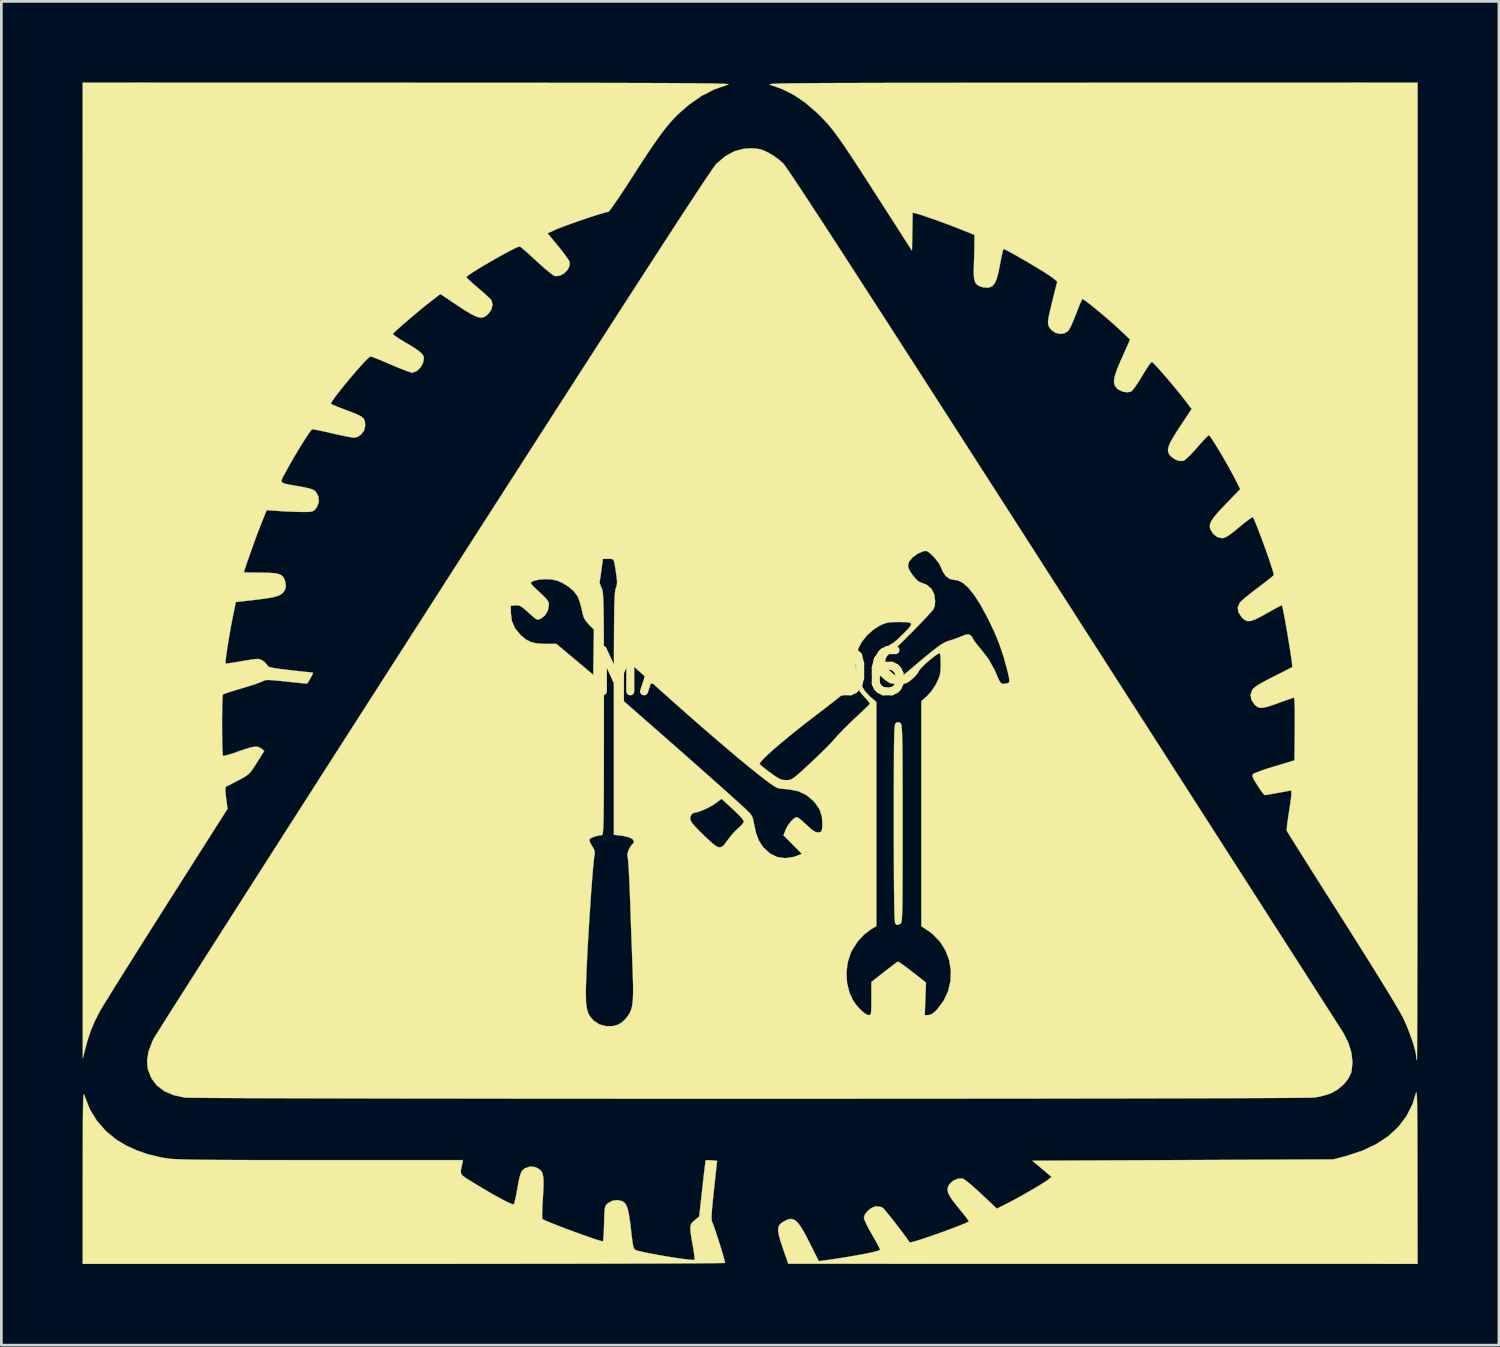
<source format=kicad_pcb>
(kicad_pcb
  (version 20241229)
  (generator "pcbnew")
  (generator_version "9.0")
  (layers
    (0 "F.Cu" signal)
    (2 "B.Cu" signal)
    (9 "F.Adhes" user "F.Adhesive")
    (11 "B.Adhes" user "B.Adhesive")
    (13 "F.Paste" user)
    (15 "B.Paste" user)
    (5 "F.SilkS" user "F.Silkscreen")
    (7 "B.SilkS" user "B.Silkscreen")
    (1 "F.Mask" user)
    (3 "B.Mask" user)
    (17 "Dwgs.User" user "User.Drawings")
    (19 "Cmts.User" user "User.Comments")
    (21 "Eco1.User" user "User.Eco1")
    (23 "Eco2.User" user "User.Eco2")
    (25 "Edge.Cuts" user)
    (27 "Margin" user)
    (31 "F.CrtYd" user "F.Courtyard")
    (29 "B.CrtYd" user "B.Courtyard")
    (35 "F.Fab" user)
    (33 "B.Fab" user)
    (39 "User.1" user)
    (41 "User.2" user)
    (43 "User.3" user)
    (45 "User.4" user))
  (footprint "MA_LOGO6"
    (layer "F.Cu")
    (at 24.666 21.803)
    (property "Reference" "MA_LOGO6" (at 0 0 0) (layer "F.SilkS") (effects (font (size 1.524 1.524) (thickness 0.3))))
    (attr through_hole)
    (fp_poly (pts (xy 5.562 1.874) (xy 5.575 1.894) (xy 5.587 1.932) (xy 5.597 1.993) (xy 5.605 2.082) (xy 5.612 2.207) (xy 5.618 2.372) (xy 5.623 2.584) (xy 5.627 2.85) (xy 5.63 3.174) (xy 5.632 3.562) (xy 5.633 4.022) (xy 5.634 4.559) (xy 5.634 5.178) (xy 5.634 5.59) (xy 5.634 6.255) (xy 5.634 6.835) (xy 5.633 7.334) (xy 5.632 7.759) (xy 5.63 8.116) (xy 5.628 8.411) (xy 5.624 8.65) (xy 5.62 8.839) (xy 5.614 8.985) (xy 5.607 9.093) (xy 5.598 9.169) (xy 5.588 9.22) (xy 5.575 9.252) (xy 5.561 9.27) (xy 5.545 9.281) (xy 5.545 9.281) (xy 5.461 9.321) (xy 5.414 9.316) (xy 5.366 9.273) (xy 5.356 9.241) (xy 5.346 9.162) (xy 5.338 9.033) (xy 5.331 8.849) (xy 5.326 8.605) (xy 5.321 8.298) (xy 5.317 7.921) (xy 5.314 7.471) (xy 5.312 6.943) (xy 5.311 6.332) (xy 5.311 5.633) (xy 5.311 5.557) (xy 5.311 4.89) (xy 5.311 4.309) (xy 5.312 3.808) (xy 5.313 3.381) (xy 5.315 3.023) (xy 5.317 2.726) (xy 5.321 2.486) (xy 5.325 2.295) (xy 5.331 2.149) (xy 5.338 2.04) (xy 5.347 1.962) (xy 5.357 1.911) (xy 5.369 1.879) (xy 5.383 1.86) (xy 5.4 1.849) (xy 5.4 1.849) (xy 5.493 1.829) (xy 5.562 1.874)) (stroke (width 0.01) (type solid)) (fill yes) (layer "F.SilkS"))
    (fp_poly (pts (xy 24.621 15.527) (xy 24.629 15.574) (xy 24.635 15.664) (xy 24.641 15.802) (xy 24.645 15.993) (xy 24.649 16.242) (xy 24.652 16.556) (xy 24.654 16.94) (xy 24.655 17.4) (xy 24.656 17.94) (xy 24.657 18.568) (xy 24.657 18.577) (xy 24.661 21.844) (xy 13.035 21.842) (xy 1.409 21.841) (xy 1.229 21.323) (xy 1.129 21.021) (xy 1.063 20.791) (xy 1.034 20.62) (xy 1.042 20.493) (xy 1.088 20.398) (xy 1.173 20.321) (xy 1.299 20.248) (xy 1.302 20.246) (xy 1.429 20.194) (xy 1.543 20.185) (xy 1.65 20.226) (xy 1.76 20.323) (xy 1.879 20.484) (xy 2.016 20.716) (xy 2.177 21.027) (xy 2.195 21.061) (xy 2.538 21.746) (xy 2.689 21.725) (xy 3.105 21.665) (xy 3.497 21.605) (xy 3.855 21.545) (xy 4.17 21.487) (xy 4.432 21.435) (xy 4.631 21.388) (xy 4.758 21.35) (xy 4.803 21.322) (xy 4.803 21.322) (xy 4.781 21.267) (xy 4.721 21.15) (xy 4.631 20.985) (xy 4.521 20.791) (xy 4.503 20.76) (xy 4.389 20.557) (xy 4.295 20.374) (xy 4.23 20.23) (xy 4.203 20.144) (xy 4.203 20.139) (xy 4.242 20.018) (xy 4.341 19.893) (xy 4.473 19.787) (xy 4.611 19.726) (xy 4.663 19.72) (xy 4.795 19.734) (xy 4.892 19.764) (xy 4.938 19.81) (xy 5.027 19.914) (xy 5.149 20.064) (xy 5.291 20.243) (xy 5.441 20.437) (xy 5.59 20.631) (xy 5.724 20.811) (xy 5.832 20.961) (xy 5.894 21.051) (xy 5.943 21.049) (xy 6.064 21.018) (xy 6.243 20.964) (xy 6.464 20.891) (xy 6.715 20.806) (xy 6.981 20.713) (xy 7.246 20.617) (xy 7.498 20.523) (xy 7.722 20.436) (xy 7.903 20.363) (xy 8.027 20.306) (xy 8.081 20.273) (xy 8.082 20.27) (xy 8.054 20.225) (xy 7.978 20.123) (xy 7.864 19.979) (xy 7.724 19.806) (xy 7.689 19.763) (xy 7.505 19.531) (xy 7.381 19.351) (xy 7.312 19.209) (xy 7.293 19.091) (xy 7.319 18.985) (xy 7.372 18.894) (xy 7.499 18.774) (xy 7.662 18.702) (xy 7.825 18.691) (xy 7.877 18.705) (xy 7.951 18.751) (xy 8.077 18.851) (xy 8.242 18.99) (xy 8.429 19.158) (xy 8.558 19.278) (xy 9.116 19.804) (xy 9.524 19.599) (xy 9.733 19.49) (xy 9.973 19.359) (xy 10.226 19.216) (xy 10.474 19.072) (xy 10.699 18.937) (xy 10.883 18.821) (xy 11.008 18.736) (xy 11.03 18.719) (xy 11.138 18.631) (xy 10.425 18.034) (xy 21.544 17.985) (xy 22.02 17.859) (xy 22.612 17.667) (xy 23.133 17.421) (xy 23.582 17.124) (xy 23.957 16.776) (xy 24.255 16.381) (xy 24.476 15.939) (xy 24.588 15.58) (xy 24.6 15.535) (xy 24.611 15.515) (xy 24.621 15.527)) (stroke (width 0.01) (type solid)) (fill yes) (layer "F.SilkS"))
    (fp_poly (pts (xy -24.604 15.591) (xy -24.591 15.625) (xy -24.576 15.675) (xy -24.575 15.679) (xy -24.397 16.134) (xy -24.138 16.556) (xy -23.808 16.934) (xy -23.415 17.257) (xy -23.068 17.465) (xy -22.671 17.649) (xy -22.27 17.789) (xy -21.831 17.897) (xy -21.595 17.941) (xy -21.521 17.952) (xy -21.428 17.962) (xy -21.313 17.97) (xy -21.171 17.978) (xy -20.995 17.985) (xy -20.781 17.99) (xy -20.524 17.995) (xy -20.218 17.999) (xy -19.859 18.003) (xy -19.44 18.005) (xy -18.958 18.007) (xy -18.406 18.009) (xy -17.78 18.01) (xy -17.074 18.011) (xy -16.284 18.011) (xy -15.898 18.011) (xy -10.61 18.011) (xy -10.639 18.149) (xy -10.673 18.309) (xy -10.691 18.422) (xy -10.681 18.505) (xy -10.635 18.575) (xy -10.54 18.65) (xy -10.388 18.747) (xy -10.22 18.849) (xy -9.883 19.054) (xy -9.572 19.236) (xy -9.298 19.39) (xy -9.068 19.513) (xy -8.89 19.599) (xy -8.775 19.643) (xy -8.731 19.645) (xy -8.708 19.584) (xy -8.676 19.454) (xy -8.639 19.276) (xy -8.615 19.142) (xy -8.565 18.859) (xy -8.521 18.653) (xy -8.478 18.509) (xy -8.431 18.413) (xy -8.374 18.35) (xy -8.311 18.31) (xy -8.126 18.248) (xy -7.949 18.268) (xy -7.855 18.309) (xy -7.766 18.366) (xy -7.702 18.439) (xy -7.659 18.542) (xy -7.637 18.688) (xy -7.632 18.89) (xy -7.642 19.161) (xy -7.657 19.411) (xy -7.672 19.664) (xy -7.682 19.884) (xy -7.685 20.055) (xy -7.682 20.161) (xy -7.676 20.187) (xy -7.609 20.223) (xy -7.47 20.285) (xy -7.274 20.364) (xy -7.036 20.458) (xy -6.772 20.558) (xy -6.495 20.661) (xy -6.222 20.76) (xy -5.967 20.85) (xy -5.747 20.926) (xy -5.575 20.981) (xy -5.466 21.01) (xy -5.443 21.013) (xy -5.43 20.969) (xy -5.418 20.85) (xy -5.406 20.671) (xy -5.398 20.45) (xy -5.395 20.362) (xy -5.389 20.105) (xy -5.381 19.924) (xy -5.369 19.802) (xy -5.35 19.722) (xy -5.32 19.668) (xy -5.277 19.623) (xy -5.251 19.6) (xy -5.087 19.513) (xy -4.895 19.488) (xy -4.716 19.532) (xy -4.708 19.536) (xy -4.634 19.593) (xy -4.573 19.684) (xy -4.523 19.821) (xy -4.479 20.017) (xy -4.438 20.282) (xy -4.403 20.572) (xy -4.371 20.847) (xy -4.345 21.044) (xy -4.321 21.177) (xy -4.297 21.261) (xy -4.268 21.308) (xy -4.232 21.333) (xy -4.218 21.339) (xy -4.105 21.372) (xy -3.929 21.413) (xy -3.705 21.459) (xy -3.448 21.507) (xy -3.174 21.555) (xy -2.899 21.6) (xy -2.638 21.64) (xy -2.408 21.671) (xy -2.222 21.693) (xy -2.099 21.701) (xy -2.052 21.695) (xy -2.051 21.643) (xy -2.064 21.519) (xy -2.09 21.342) (xy -2.123 21.149) (xy -2.171 20.872) (xy -2.201 20.67) (xy -2.211 20.526) (xy -2.199 20.424) (xy -2.165 20.349) (xy -2.107 20.284) (xy -2.049 20.235) (xy -1.881 20.096) (xy -1.768 19.065) (xy -1.735 18.767) (xy -1.704 18.502) (xy -1.678 18.283) (xy -1.657 18.122) (xy -1.644 18.033) (xy -1.641 18.02) (xy -1.59 18.014) (xy -1.48 18.016) (xy -1.423 18.02) (xy -1.22 18.034) (xy -1.338 19.126) (xy -1.376 19.484) (xy -1.403 19.762) (xy -1.419 19.969) (xy -1.426 20.117) (xy -1.423 20.217) (xy -1.411 20.28) (xy -1.399 20.306) (xy -1.37 20.372) (xy -1.321 20.508) (xy -1.259 20.694) (xy -1.188 20.911) (xy -1.115 21.14) (xy -1.047 21.363) (xy -0.988 21.559) (xy -0.946 21.711) (xy -0.925 21.8) (xy -0.924 21.809) (xy -0.97 21.812) (xy -1.104 21.815) (xy -1.322 21.818) (xy -1.622 21.821) (xy -1.998 21.824) (xy -2.448 21.826) (xy -2.966 21.829) (xy -3.55 21.831) (xy -4.196 21.833) (xy -4.899 21.835) (xy -5.656 21.837) (xy -6.463 21.839) (xy -7.316 21.84) (xy -8.211 21.841) (xy -9.145 21.842) (xy -10.113 21.843) (xy -11.112 21.844) (xy -12.138 21.844) (xy -12.792 21.844) (xy -24.661 21.844) (xy -24.658 18.623) (xy -24.657 18.001) (xy -24.656 17.465) (xy -24.655 17.01) (xy -24.654 16.63) (xy -24.651 16.319) (xy -24.648 16.072) (xy -24.644 15.882) (xy -24.639 15.743) (xy -24.633 15.651) (xy -24.625 15.599) (xy -24.616 15.581) (xy -24.604 15.591)) (stroke (width 0.01) (type solid)) (fill yes) (layer "F.SilkS"))
    (fp_poly (pts (xy -12.619 -21.795) (xy -11.359 -21.794) (xy -10.188 -21.794) (xy -9.103 -21.793) (xy -8.101 -21.793) (xy -7.179 -21.792) (xy -6.335 -21.791) (xy -5.564 -21.79) (xy -4.865 -21.788) (xy -4.233 -21.787) (xy -3.666 -21.785) (xy -3.161 -21.783) (xy -2.715 -21.781) (xy -2.324 -21.778) (xy -1.985 -21.775) (xy -1.697 -21.772) (xy -1.454 -21.769) (xy -1.255 -21.765) (xy -1.097 -21.76) (xy -0.975 -21.756) (xy -0.888 -21.751) (xy -0.832 -21.745) (xy -0.804 -21.739) (xy -0.801 -21.733) (xy -0.816 -21.727) (xy -1.316 -21.555) (xy -1.789 -21.313) (xy -2.248 -20.993) (xy -2.586 -20.703) (xy -2.746 -20.549) (xy -2.902 -20.384) (xy -3.061 -20.197) (xy -3.231 -19.982) (xy -3.417 -19.728) (xy -3.625 -19.428) (xy -3.864 -19.072) (xy -4.138 -18.651) (xy -4.362 -18.302) (xy -4.561 -17.994) (xy -4.746 -17.712) (xy -4.911 -17.468) (xy -5.049 -17.268) (xy -5.154 -17.122) (xy -5.221 -17.04) (xy -5.242 -17.025) (xy -5.301 -17.016) (xy -5.431 -16.981) (xy -5.618 -16.925) (xy -5.845 -16.852) (xy -6.097 -16.768) (xy -6.36 -16.678) (xy -6.617 -16.587) (xy -6.854 -16.5) (xy -7.055 -16.423) (xy -7.204 -16.361) (xy -7.216 -16.355) (xy -7.484 -16.233) (xy -7.091 -15.757) (xy -6.942 -15.571) (xy -6.814 -15.402) (xy -6.72 -15.267) (xy -6.672 -15.181) (xy -6.67 -15.173) (xy -6.675 -15.022) (xy -6.75 -14.875) (xy -6.874 -14.75) (xy -7.027 -14.669) (xy -7.186 -14.65) (xy -7.221 -14.657) (xy -7.293 -14.698) (xy -7.418 -14.791) (xy -7.581 -14.927) (xy -7.768 -15.092) (xy -7.903 -15.217) (xy -8.094 -15.393) (xy -8.262 -15.545) (xy -8.398 -15.661) (xy -8.487 -15.731) (xy -8.517 -15.747) (xy -8.59 -15.724) (xy -8.723 -15.663) (xy -8.905 -15.57) (xy -9.122 -15.453) (xy -9.36 -15.321) (xy -9.605 -15.181) (xy -9.844 -15.041) (xy -10.063 -14.908) (xy -10.25 -14.792) (xy -10.389 -14.698) (xy -10.469 -14.635) (xy -10.482 -14.617) (xy -10.449 -14.571) (xy -10.357 -14.48) (xy -10.221 -14.357) (xy -10.054 -14.214) (xy -10.04 -14.202) (xy -9.867 -14.054) (xy -9.718 -13.921) (xy -9.609 -13.817) (xy -9.556 -13.756) (xy -9.556 -13.755) (xy -9.515 -13.588) (xy -9.565 -13.411) (xy -9.661 -13.274) (xy -9.755 -13.182) (xy -9.852 -13.129) (xy -9.963 -13.117) (xy -10.099 -13.149) (xy -10.272 -13.229) (xy -10.494 -13.359) (xy -10.777 -13.542) (xy -10.817 -13.569) (xy -11.446 -13.99) (xy -11.853 -13.674) (xy -12.028 -13.536) (xy -12.226 -13.374) (xy -12.434 -13.2) (xy -12.64 -13.025) (xy -12.831 -12.859) (xy -12.994 -12.714) (xy -13.118 -12.6) (xy -13.188 -12.529) (xy -13.199 -12.513) (xy -13.167 -12.477) (xy -13.069 -12.406) (xy -12.921 -12.309) (xy -12.736 -12.198) (xy -12.721 -12.189) (xy -12.466 -12.036) (xy -12.283 -11.915) (xy -12.161 -11.817) (xy -12.089 -11.733) (xy -12.058 -11.652) (xy -12.053 -11.604) (xy -12.089 -11.433) (xy -12.18 -11.274) (xy -12.307 -11.151) (xy -12.45 -11.087) (xy -12.491 -11.084) (xy -12.564 -11.102) (xy -12.704 -11.151) (xy -12.896 -11.225) (xy -13.122 -11.318) (xy -13.276 -11.384) (xy -13.512 -11.485) (xy -13.721 -11.572) (xy -13.886 -11.637) (xy -13.992 -11.676) (xy -14.023 -11.684) (xy -14.077 -11.65) (xy -14.176 -11.558) (xy -14.31 -11.417) (xy -14.469 -11.241) (xy -14.644 -11.04) (xy -14.825 -10.826) (xy -15.002 -10.612) (xy -15.165 -10.408) (xy -15.305 -10.226) (xy -15.412 -10.078) (xy -15.476 -9.976) (xy -15.488 -9.931) (xy -15.43 -9.901) (xy -15.305 -9.847) (xy -15.134 -9.779) (xy -14.992 -9.725) (xy -14.717 -9.622) (xy -14.517 -9.54) (xy -14.379 -9.47) (xy -14.294 -9.402) (xy -14.247 -9.327) (xy -14.228 -9.236) (xy -14.224 -9.118) (xy -14.224 -9.114) (xy -14.264 -8.948) (xy -14.368 -8.804) (xy -14.511 -8.708) (xy -14.635 -8.682) (xy -14.729 -8.693) (xy -14.892 -8.722) (xy -15.106 -8.766) (xy -15.349 -8.82) (xy -15.456 -8.845) (xy -15.697 -8.901) (xy -15.906 -8.945) (xy -16.069 -8.976) (xy -16.167 -8.99) (xy -16.187 -8.989) (xy -16.231 -8.942) (xy -16.313 -8.828) (xy -16.424 -8.661) (xy -16.555 -8.454) (xy -16.698 -8.222) (xy -16.844 -7.976) (xy -16.985 -7.732) (xy -17.113 -7.502) (xy -17.129 -7.472) (xy -17.226 -7.297) (xy -17.291 -7.173) (xy -17.318 -7.087) (xy -17.296 -7.029) (xy -17.216 -6.989) (xy -17.071 -6.955) (xy -16.852 -6.916) (xy -16.649 -6.881) (xy -16.415 -6.836) (xy -16.253 -6.796) (xy -16.145 -6.756) (xy -16.072 -6.707) (xy -16.037 -6.671) (xy -15.949 -6.506) (xy -15.935 -6.317) (xy -15.995 -6.134) (xy -16.044 -6.064) (xy -16.101 -6.003) (xy -16.16 -5.965) (xy -16.242 -5.945) (xy -16.369 -5.938) (xy -16.565 -5.938) (xy -16.587 -5.938) (xy -16.849 -5.944) (xy -17.142 -5.956) (xy -17.408 -5.971) (xy -17.44 -5.974) (xy -17.862 -6.006) (xy -18.081 -5.462) (xy -18.147 -5.292) (xy -18.228 -5.079) (xy -18.316 -4.838) (xy -18.407 -4.585) (xy -18.495 -4.337) (xy -18.575 -4.11) (xy -18.64 -3.919) (xy -18.684 -3.781) (xy -18.703 -3.711) (xy -18.704 -3.708) (xy -18.66 -3.703) (xy -18.542 -3.699) (xy -18.365 -3.696) (xy -18.147 -3.695) (xy -18.101 -3.695) (xy -17.798 -3.69) (xy -17.573 -3.675) (xy -17.413 -3.643) (xy -17.305 -3.59) (xy -17.235 -3.511) (xy -17.188 -3.402) (xy -17.179 -3.37) (xy -17.153 -3.216) (xy -17.174 -3.095) (xy -17.189 -3.061) (xy -17.247 -2.969) (xy -17.328 -2.896) (xy -17.447 -2.837) (xy -17.615 -2.789) (xy -17.847 -2.747) (xy -18.153 -2.706) (xy -18.265 -2.693) (xy -19.003 -2.609) (xy -19.125 -2.009) (xy -19.176 -1.742) (xy -19.227 -1.462) (xy -19.274 -1.183) (xy -19.316 -0.92) (xy -19.35 -0.689) (xy -19.373 -0.505) (xy -19.384 -0.383) (xy -19.381 -0.338) (xy -19.331 -0.339) (xy -19.209 -0.354) (xy -19.034 -0.381) (xy -18.84 -0.414) (xy -18.618 -0.452) (xy -18.417 -0.483) (xy -18.262 -0.502) (xy -18.185 -0.508) (xy -18.054 -0.471) (xy -17.923 -0.38) (xy -17.832 -0.264) (xy -17.821 -0.238) (xy -17.766 -0.208) (xy -17.619 -0.175) (xy -17.383 -0.138) (xy -17.058 -0.098) (xy -16.994 -0.091) (xy -16.73 -0.061) (xy -16.499 -0.036) (xy -16.314 -0.017) (xy -16.193 -0.004) (xy -16.152 -0.000426) (xy -16.157 0.034) (xy -16.198 0.121) (xy -16.259 0.232) (xy -16.326 0.342) (xy -16.368 0.402) (xy -16.414 0.401) (xy -16.537 0.391) (xy -16.72 0.373) (xy -16.95 0.349) (xy -17.136 0.329) (xy -17.423 0.299) (xy -17.634 0.28) (xy -17.782 0.272) (xy -17.882 0.275) (xy -17.949 0.288) (xy -17.997 0.312) (xy -18.076 0.347) (xy -18.226 0.402) (xy -18.427 0.47) (xy -18.662 0.543) (xy -18.774 0.577) (xy -19.011 0.648) (xy -19.215 0.712) (xy -19.372 0.764) (xy -19.464 0.799) (xy -19.481 0.808) (xy -19.49 0.862) (xy -19.498 0.993) (xy -19.504 1.185) (xy -19.508 1.422) (xy -19.511 1.689) (xy -19.511 1.97) (xy -19.51 2.25) (xy -19.507 2.512) (xy -19.502 2.741) (xy -19.495 2.922) (xy -19.486 3.038) (xy -19.478 3.074) (xy -19.424 3.072) (xy -19.302 3.042) (xy -19.13 2.989) (xy -18.925 2.918) (xy -18.919 2.916) (xy -18.65 2.822) (xy -18.451 2.762) (xy -18.305 2.735) (xy -18.197 2.738) (xy -18.112 2.77) (xy -18.056 2.809) (xy -17.952 2.893) (xy -18.227 3.328) (xy -18.35 3.52) (xy -18.445 3.653) (xy -18.534 3.749) (xy -18.64 3.828) (xy -18.782 3.911) (xy -18.915 3.981) (xy -19.093 4.075) (xy -19.242 4.152) (xy -19.342 4.202) (xy -19.371 4.215) (xy -19.388 4.269) (xy -19.386 4.403) (xy -19.365 4.607) (xy -19.362 4.631) (xy -19.309 5.03) (xy -21.577 8.599) (xy -21.913 9.129) (xy -22.239 9.643) (xy -22.55 10.136) (xy -22.842 10.6) (xy -23.112 11.029) (xy -23.355 11.419) (xy -23.569 11.761) (xy -23.748 12.051) (xy -23.889 12.281) (xy -23.989 12.445) (xy -24.042 12.538) (xy -24.218 12.888) (xy -24.355 13.209) (xy -24.468 13.543) (xy -24.548 13.831) (xy -24.657 14.247) (xy -24.659 -3.775) (xy -24.661 -21.798) (xy -12.619 -21.795)) (stroke (width 0.01) (type solid)) (fill yes) (layer "F.SilkS"))
    (fp_poly (pts (xy 24.661 -3.741) (xy 24.661 -2.455) (xy 24.661 -1.192) (xy 24.661 0.043) (xy 24.66 1.249) (xy 24.66 2.422) (xy 24.659 3.558) (xy 24.658 4.655) (xy 24.658 5.71) (xy 24.657 6.719) (xy 24.656 7.68) (xy 24.655 8.589) (xy 24.654 9.443) (xy 24.653 10.238) (xy 24.651 10.973) (xy 24.65 11.644) (xy 24.649 12.246) (xy 24.647 12.779) (xy 24.646 13.238) (xy 24.644 13.619) (xy 24.643 13.921) (xy 24.641 14.14) (xy 24.64 14.273) (xy 24.638 14.316) (xy 24.62 14.277) (xy 24.615 14.206) (xy 24.596 14.058) (xy 24.544 13.847) (xy 24.465 13.593) (xy 24.366 13.316) (xy 24.254 13.035) (xy 24.136 12.772) (xy 24.135 12.769) (xy 24.064 12.637) (xy 23.947 12.432) (xy 23.787 12.16) (xy 23.585 11.827) (xy 23.347 11.438) (xy 23.075 10.998) (xy 22.772 10.512) (xy 22.442 9.987) (xy 22.088 9.426) (xy 21.873 9.086) (xy 21.56 8.595) (xy 21.262 8.125) (xy 20.982 7.682) (xy 20.724 7.274) (xy 20.491 6.904) (xy 20.287 6.581) (xy 20.116 6.308) (xy 19.981 6.093) (xy 19.887 5.941) (xy 19.837 5.859) (xy 19.83 5.846) (xy 19.828 5.777) (xy 19.84 5.637) (xy 19.864 5.446) (xy 19.898 5.224) (xy 19.901 5.206) (xy 19.938 4.972) (xy 19.968 4.761) (xy 19.989 4.593) (xy 19.997 4.493) (xy 19.997 4.492) (xy 19.997 4.353) (xy 19.523 4.438) (xy 19.324 4.474) (xy 19.158 4.503) (xy 19.048 4.521) (xy 19.014 4.525) (xy 18.975 4.489) (xy 18.9 4.392) (xy 18.802 4.251) (xy 18.749 4.169) (xy 18.641 3.996) (xy 18.58 3.883) (xy 18.559 3.811) (xy 18.571 3.764) (xy 18.586 3.747) (xy 18.65 3.712) (xy 18.787 3.657) (xy 18.98 3.589) (xy 19.213 3.513) (xy 19.382 3.461) (xy 20.112 3.241) (xy 20.125 2.082) (xy 20.126 1.763) (xy 20.125 1.479) (xy 20.121 1.241) (xy 20.114 1.061) (xy 20.105 0.952) (xy 20.096 0.924) (xy 20.039 0.939) (xy 19.915 0.98) (xy 19.742 1.041) (xy 19.567 1.105) (xy 19.292 1.204) (xy 19.087 1.269) (xy 18.936 1.299) (xy 18.825 1.297) (xy 18.739 1.264) (xy 18.661 1.201) (xy 18.635 1.174) (xy 18.519 0.996) (xy 18.492 0.814) (xy 18.55 0.645) (xy 18.604 0.578) (xy 18.697 0.502) (xy 18.84 0.412) (xy 19.044 0.299) (xy 19.321 0.156) (xy 19.327 0.153) (xy 19.557 0.037) (xy 19.755 -0.064) (xy 19.91 -0.142) (xy 20.005 -0.192) (xy 20.03 -0.205) (xy 20.031 -0.255) (xy 20.017 -0.381) (xy 19.992 -0.567) (xy 19.957 -0.798) (xy 19.915 -1.061) (xy 19.869 -1.339) (xy 19.822 -1.617) (xy 19.775 -1.881) (xy 19.732 -2.115) (xy 19.694 -2.304) (xy 19.665 -2.433) (xy 19.647 -2.488) (xy 19.604 -2.472) (xy 19.496 -2.418) (xy 19.339 -2.333) (xy 19.148 -2.226) (xy 19.1 -2.199) (xy 18.839 -2.054) (xy 18.641 -1.958) (xy 18.491 -1.909) (xy 18.375 -1.904) (xy 18.278 -1.943) (xy 18.186 -2.021) (xy 18.154 -2.057) (xy 18.04 -2.236) (xy 18.017 -2.41) (xy 18.087 -2.576) (xy 18.103 -2.598) (xy 18.171 -2.666) (xy 18.299 -2.775) (xy 18.47 -2.913) (xy 18.669 -3.068) (xy 18.772 -3.145) (xy 18.97 -3.295) (xy 19.139 -3.427) (xy 19.266 -3.53) (xy 19.338 -3.595) (xy 19.35 -3.611) (xy 19.335 -3.688) (xy 19.292 -3.833) (xy 19.228 -4.031) (xy 19.147 -4.267) (xy 19.056 -4.526) (xy 18.959 -4.793) (xy 18.862 -5.054) (xy 18.77 -5.293) (xy 18.689 -5.496) (xy 18.625 -5.648) (xy 18.582 -5.733) (xy 18.572 -5.745) (xy 18.526 -5.725) (xy 18.425 -5.655) (xy 18.28 -5.545) (xy 18.108 -5.407) (xy 18.061 -5.367) (xy 17.854 -5.199) (xy 17.701 -5.084) (xy 17.587 -5.013) (xy 17.499 -4.978) (xy 17.428 -4.969) (xy 17.259 -5.012) (xy 17.111 -5.127) (xy 17.008 -5.294) (xy 17.003 -5.308) (xy 16.984 -5.403) (xy 16.998 -5.504) (xy 17.053 -5.621) (xy 17.154 -5.765) (xy 17.308 -5.947) (xy 17.523 -6.177) (xy 17.594 -6.25) (xy 18.108 -6.781) (xy 17.918 -7.16) (xy 17.816 -7.354) (xy 17.694 -7.577) (xy 17.56 -7.813) (xy 17.421 -8.051) (xy 17.286 -8.276) (xy 17.164 -8.474) (xy 17.061 -8.633) (xy 16.987 -8.737) (xy 16.95 -8.775) (xy 16.905 -8.741) (xy 16.814 -8.651) (xy 16.689 -8.515) (xy 16.541 -8.349) (xy 16.51 -8.313) (xy 16.328 -8.11) (xy 16.172 -7.953) (xy 16.054 -7.854) (xy 15.995 -7.822) (xy 15.845 -7.825) (xy 15.682 -7.889) (xy 15.54 -7.997) (xy 15.491 -8.057) (xy 15.448 -8.145) (xy 15.438 -8.242) (xy 15.463 -8.36) (xy 15.528 -8.512) (xy 15.638 -8.708) (xy 15.797 -8.961) (xy 15.893 -9.108) (xy 16.314 -9.742) (xy 16.042 -10.097) (xy 15.907 -10.27) (xy 15.746 -10.468) (xy 15.572 -10.678) (xy 15.395 -10.887) (xy 15.225 -11.082) (xy 15.074 -11.253) (xy 14.953 -11.384) (xy 14.872 -11.465) (xy 14.846 -11.484) (xy 14.807 -11.453) (xy 14.732 -11.355) (xy 14.632 -11.205) (xy 14.516 -11.017) (xy 14.488 -10.97) (xy 14.365 -10.768) (xy 14.249 -10.593) (xy 14.152 -10.462) (xy 14.087 -10.393) (xy 14.08 -10.388) (xy 13.937 -10.357) (xy 13.767 -10.383) (xy 13.608 -10.459) (xy 13.549 -10.507) (xy 13.482 -10.594) (xy 13.447 -10.696) (xy 13.447 -10.825) (xy 13.485 -10.994) (xy 13.561 -11.214) (xy 13.679 -11.499) (xy 13.741 -11.638) (xy 14.039 -12.307) (xy 13.658 -12.67) (xy 13.506 -12.81) (xy 13.324 -12.972) (xy 13.124 -13.144) (xy 12.919 -13.317) (xy 12.722 -13.479) (xy 12.547 -13.619) (xy 12.406 -13.728) (xy 12.311 -13.793) (xy 12.28 -13.808) (xy 12.253 -13.768) (xy 12.202 -13.656) (xy 12.134 -13.491) (xy 12.056 -13.288) (xy 12.048 -13.266) (xy 11.962 -13.047) (xy 11.876 -12.853) (xy 11.801 -12.703) (xy 11.745 -12.619) (xy 11.745 -12.619) (xy 11.602 -12.534) (xy 11.433 -12.519) (xy 11.264 -12.566) (xy 11.119 -12.67) (xy 11.036 -12.797) (xy 11.014 -12.861) (xy 11.006 -12.933) (xy 11.012 -13.029) (xy 11.035 -13.164) (xy 11.077 -13.355) (xy 11.14 -13.618) (xy 11.151 -13.665) (xy 11.213 -13.913) (xy 11.267 -14.13) (xy 11.31 -14.301) (xy 11.339 -14.409) (xy 11.347 -14.437) (xy 11.317 -14.479) (xy 11.221 -14.557) (xy 11.074 -14.662) (xy 10.89 -14.783) (xy 10.844 -14.813) (xy 10.632 -14.942) (xy 10.4 -15.081) (xy 10.161 -15.221) (xy 9.93 -15.354) (xy 9.721 -15.472) (xy 9.547 -15.567) (xy 9.424 -15.631) (xy 9.365 -15.656) (xy 9.364 -15.656) (xy 9.346 -15.613) (xy 9.317 -15.496) (xy 9.28 -15.322) (xy 9.238 -15.109) (xy 9.231 -15.071) (xy 9.169 -14.762) (xy 9.105 -14.535) (xy 9.034 -14.378) (xy 8.95 -14.281) (xy 8.847 -14.234) (xy 8.75 -14.224) (xy 8.605 -14.239) (xy 8.486 -14.273) (xy 8.385 -14.333) (xy 8.318 -14.415) (xy 8.279 -14.535) (xy 8.263 -14.711) (xy 8.265 -14.959) (xy 8.267 -15.009) (xy 8.275 -15.259) (xy 8.282 -15.52) (xy 8.287 -15.75) (xy 8.288 -15.833) (xy 8.29 -16.173) (xy 7.805 -16.369) (xy 7.568 -16.463) (xy 7.299 -16.564) (xy 7.018 -16.668) (xy 6.743 -16.766) (xy 6.494 -16.852) (xy 6.289 -16.92) (xy 6.148 -16.962) (xy 6.132 -16.966) (xy 6.006 -16.996) (xy 5.993 -16.293) (xy 5.981 -15.591) (xy 4.664 -17.643) (xy 4.336 -18.154) (xy 4.052 -18.593) (xy 3.807 -18.969) (xy 3.595 -19.288) (xy 3.411 -19.558) (xy 3.251 -19.786) (xy 3.108 -19.98) (xy 2.978 -20.146) (xy 2.855 -20.291) (xy 2.734 -20.423) (xy 2.611 -20.55) (xy 2.479 -20.678) (xy 2.467 -20.69) (xy 2.037 -21.06) (xy 1.609 -21.35) (xy 1.166 -21.571) (xy 0.762 -21.711) (xy 0.736 -21.72) (xy 0.72 -21.727) (xy 0.718 -21.734) (xy 0.731 -21.741) (xy 0.765 -21.747) (xy 0.821 -21.753) (xy 0.903 -21.758) (xy 1.014 -21.762) (xy 1.157 -21.766) (xy 1.336 -21.77) (xy 1.554 -21.774) (xy 1.814 -21.777) (xy 2.119 -21.779) (xy 2.473 -21.782) (xy 2.878 -21.784) (xy 3.337 -21.786) (xy 3.855 -21.787) (xy 4.434 -21.789) (xy 5.078 -21.79) (xy 5.789 -21.791) (xy 6.57 -21.792) (xy 7.426 -21.792) (xy 8.359 -21.793) (xy 9.373 -21.793) (xy 10.47 -21.794) (xy 11.654 -21.794) (xy 12.573 -21.795) (xy 24.661 -21.798) (xy 24.661 -3.741)) (stroke (width 0.01) (type solid)) (fill yes) (layer "F.SilkS"))
    (fp_poly (pts (xy 0.21 -19.365) (xy 0.37 -19.338) (xy 0.529 -19.281) (xy 0.657 -19.221) (xy 0.855 -19.105) (xy 1.063 -18.955) (xy 1.208 -18.829) (xy 1.241 -18.79) (xy 1.296 -18.716) (xy 1.373 -18.606) (xy 1.475 -18.458) (xy 1.603 -18.27) (xy 1.756 -18.039) (xy 1.937 -17.766) (xy 2.147 -17.447) (xy 2.387 -17.08) (xy 2.658 -16.665) (xy 2.961 -16.2) (xy 3.297 -15.682) (xy 3.667 -15.11) (xy 4.073 -14.482) (xy 4.516 -13.796) (xy 4.997 -13.051) (xy 5.517 -12.245) (xy 6.076 -11.375) (xy 6.677 -10.442) (xy 7.321 -9.441) (xy 8.008 -8.373) (xy 8.739 -7.234) (xy 9.517 -6.024) (xy 10.341 -4.74) (xy 11.213 -3.381) (xy 11.62 -2.747) (xy 12.331 -1.639) (xy 13.03 -0.55) (xy 13.714 0.517) (xy 14.384 1.56) (xy 15.036 2.576) (xy 15.669 3.563) (xy 16.282 4.518) (xy 16.873 5.439) (xy 17.439 6.322) (xy 17.98 7.166) (xy 18.494 7.967) (xy 18.979 8.723) (xy 19.433 9.431) (xy 19.855 10.089) (xy 20.243 10.694) (xy 20.595 11.243) (xy 20.909 11.734) (xy 21.185 12.164) (xy 21.42 12.531) (xy 21.612 12.831) (xy 21.761 13.063) (xy 21.863 13.223) (xy 21.918 13.31) (xy 21.926 13.323) (xy 22.105 13.679) (xy 22.216 14.042) (xy 22.256 14.396) (xy 22.222 14.723) (xy 22.205 14.789) (xy 22.103 14.999) (xy 21.935 15.208) (xy 21.722 15.393) (xy 21.488 15.529) (xy 21.302 15.597) (xy 21.074 15.658) (xy 20.859 15.698) (xy 20.788 15.702) (xy 20.629 15.705) (xy 20.384 15.708) (xy 20.058 15.711) (xy 19.653 15.714) (xy 19.175 15.717) (xy 18.625 15.719) (xy 18.009 15.722) (xy 17.329 15.724) (xy 16.589 15.726) (xy 15.792 15.728) (xy 14.943 15.73) (xy 14.045 15.732) (xy 13.101 15.734) (xy 12.116 15.735) (xy 11.092 15.737) (xy 10.033 15.738) (xy 8.943 15.739) (xy 7.826 15.74) (xy 6.685 15.741) (xy 5.524 15.742) (xy 4.345 15.742) (xy 3.154 15.743) (xy 1.953 15.743) (xy 0.747 15.743) (xy -0.462 15.743) (xy -1.67 15.743) (xy -2.872 15.743) (xy -4.067 15.743) (xy -5.249 15.742) (xy -6.415 15.741) (xy -7.562 15.741) (xy -8.686 15.74) (xy -9.783 15.739) (xy -10.851 15.737) (xy -11.884 15.736) (xy -12.88 15.735) (xy -13.836 15.733) (xy -14.746 15.731) (xy -15.609 15.729) (xy -16.42 15.727) (xy -17.175 15.725) (xy -17.871 15.723) (xy -18.505 15.721) (xy -19.073 15.718) (xy -19.571 15.715) (xy -19.995 15.713) (xy -20.343 15.71) (xy -20.61 15.707) (xy -20.792 15.703) (xy -20.887 15.7) (xy -20.897 15.699) (xy -21.307 15.609) (xy -21.649 15.461) (xy -21.92 15.254) (xy -22.12 14.991) (xy -22.246 14.672) (xy -22.258 14.623) (xy -22.282 14.327) (xy -22.228 14.002) (xy -22.093 13.639) (xy -22.041 13.531) (xy -22.004 13.468) (xy -21.919 13.331) (xy -21.787 13.12) (xy -21.61 12.84) (xy -21.391 12.493) (xy -21.129 12.082) (xy -20.979 11.846) (xy -6.071 11.846) (xy -6.064 12.151) (xy -6.038 12.385) (xy -5.988 12.567) (xy -5.906 12.715) (xy -5.787 12.85) (xy -5.766 12.87) (xy -5.565 12.999) (xy -5.322 13.063) (xy -5.066 13.059) (xy -4.88 13.006) (xy -4.751 12.929) (xy -4.623 12.816) (xy -4.6 12.79) (xy -4.511 12.676) (xy -4.442 12.562) (xy -4.39 12.436) (xy -4.355 12.285) (xy -4.333 12.097) (xy -4.323 11.859) (xy -4.324 11.56) (xy -4.335 11.187) (xy -4.339 11.073) (xy 3.56 11.073) (xy 3.581 11.46) (xy 3.672 11.829) (xy 3.798 12.1) (xy 3.912 12.266) (xy 4.048 12.423) (xy 4.185 12.551) (xy 4.306 12.633) (xy 4.374 12.654) (xy 4.417 12.651) (xy 4.446 12.633) (xy 4.464 12.585) (xy 4.474 12.492) (xy 4.479 12.339) (xy 4.48 12.113) (xy 4.48 12.042) (xy 4.48 11.429) (xy 4.951 11.06) (xy 5.13 10.921) (xy 5.283 10.803) (xy 5.396 10.719) (xy 5.452 10.678) (xy 5.455 10.677) (xy 5.502 10.699) (xy 5.606 10.768) (xy 5.755 10.875) (xy 5.933 11.01) (xy 5.993 11.056) (xy 6.497 11.449) (xy 6.475 12.052) (xy 6.453 12.654) (xy 6.583 12.654) (xy 6.688 12.629) (xy 6.807 12.545) (xy 6.912 12.44) (xy 7.153 12.118) (xy 7.317 11.763) (xy 7.404 11.387) (xy 7.416 11.005) (xy 7.355 10.628) (xy 7.222 10.27) (xy 7.018 9.943) (xy 6.745 9.661) (xy 6.585 9.541) (xy 6.327 9.37) (xy 6.327 1.051) (xy 6.533 0.869) (xy 6.698 0.688) (xy 6.849 0.459) (xy 6.89 0.381) (xy 6.969 0.209) (xy 7.015 0.066) (xy 7.036 -0.087) (xy 7.042 -0.291) (xy 7.042 -0.306) (xy 7.039 -0.485) (xy 7.029 -0.627) (xy 7.015 -0.709) (xy 7.01 -0.718) (xy 6.961 -0.707) (xy 6.864 -0.645) (xy 6.736 -0.548) (xy 6.594 -0.431) (xy 6.456 -0.307) (xy 6.338 -0.193) (xy 6.259 -0.101) (xy 6.236 -0.059) (xy 6.189 0.023) (xy 6.093 0.135) (xy 5.997 0.227) (xy 5.875 0.329) (xy 5.778 0.385) (xy 5.67 0.41) (xy 5.514 0.416) (xy 5.474 0.416) (xy 5.303 0.412) (xy 5.187 0.392) (xy 5.087 0.341) (xy 4.966 0.247) (xy 4.938 0.224) (xy 4.711 0.032) (xy 4.712 -0.273) (xy 4.715 -0.393) (xy 4.99 -0.393) (xy 4.997 -0.284) (xy 5.03 -0.199) (xy 5.107 -0.109) (xy 5.216 -0.012) (xy 5.342 0.09) (xy 5.447 0.16) (xy 5.504 0.184) (xy 5.565 0.155) (xy 5.675 0.079) (xy 5.813 -0.03) (xy 5.865 -0.074) (xy 6.205 -0.363) (xy 6.484 -0.597) (xy 6.711 -0.781) (xy 6.894 -0.923) (xy 7.042 -1.027) (xy 7.162 -1.101) (xy 7.264 -1.15) (xy 7.356 -1.18) (xy 7.357 -1.181) (xy 7.549 -1.24) (xy 7.748 -1.315) (xy 7.813 -1.344) (xy 7.984 -1.408) (xy 8.103 -1.408) (xy 8.187 -1.341) (xy 8.231 -1.26) (xy 8.289 -1.162) (xy 8.391 -1.027) (xy 8.514 -0.881) (xy 8.523 -0.871) (xy 8.801 -0.513) (xy 9.034 -0.097) (xy 9.141 0.15) (xy 9.206 0.299) (xy 9.26 0.379) (xy 9.32 0.411) (xy 9.369 0.415) (xy 9.484 0.4) (xy 9.551 0.376) (xy 9.575 0.341) (xy 9.577 0.269) (xy 9.557 0.144) (xy 9.513 -0.049) (xy 9.493 -0.126) (xy 9.363 -0.596) (xy 9.218 -1.027) (xy 9.046 -1.452) (xy 8.833 -1.905) (xy 8.742 -2.085) (xy 8.501 -2.525) (xy 8.275 -2.875) (xy 8.063 -3.138) (xy 7.862 -3.316) (xy 7.672 -3.41) (xy 7.54 -3.426) (xy 7.371 -3.463) (xy 7.221 -3.579) (xy 7.104 -3.76) (xy 7.064 -3.868) (xy 6.978 -4.041) (xy 6.825 -4.234) (xy 6.771 -4.29) (xy 6.646 -4.41) (xy 6.562 -4.476) (xy 6.495 -4.499) (xy 6.42 -4.488) (xy 6.363 -4.472) (xy 6.177 -4.387) (xy 6.01 -4.264) (xy 5.889 -4.124) (xy 5.842 -4.018) (xy 5.836 -3.925) (xy 5.866 -3.826) (xy 5.943 -3.693) (xy 5.989 -3.625) (xy 6.113 -3.468) (xy 6.226 -3.367) (xy 6.281 -3.341) (xy 6.53 -3.243) (xy 6.704 -3.091) (xy 6.805 -2.884) (xy 6.835 -2.647) (xy 6.823 -2.477) (xy 6.779 -2.356) (xy 6.721 -2.277) (xy 6.569 -2.11) (xy 6.378 -1.907) (xy 6.163 -1.683) (xy 5.939 -1.455) (xy 5.722 -1.237) (xy 5.525 -1.044) (xy 5.363 -0.892) (xy 5.269 -0.808) (xy 5.128 -0.686) (xy 5.045 -0.596) (xy 5.004 -0.517) (xy 4.991 -0.425) (xy 4.99 -0.393) (xy 4.715 -0.393) (xy 4.716 -0.434) (xy 4.734 -0.544) (xy 4.781 -0.636) (xy 4.869 -0.743) (xy 4.94 -0.82) (xy 5.06 -0.939) (xy 5.162 -1.026) (xy 5.226 -1.062) (xy 5.228 -1.062) (xy 5.284 -1.093) (xy 5.388 -1.178) (xy 5.524 -1.302) (xy 5.655 -1.43) (xy 5.824 -1.603) (xy 5.924 -1.724) (xy 5.951 -1.801) (xy 5.901 -1.845) (xy 5.769 -1.865) (xy 5.55 -1.87) (xy 5.449 -1.87) (xy 5.236 -1.866) (xy 5.078 -1.847) (xy 4.941 -1.807) (xy 4.794 -1.741) (xy 4.543 -1.581) (xy 4.309 -1.367) (xy 4.117 -1.123) (xy 3.991 -0.875) (xy 3.988 -0.866) (xy 3.929 -0.617) (xy 3.905 -0.32) (xy 3.904 -0.274) (xy 3.911 -0.068) (xy 3.937 0.091) (xy 3.993 0.249) (xy 4.056 0.384) (xy 4.256 0.701) (xy 4.436 0.889) (xy 4.664 1.085) (xy 4.664 5.226) (xy 4.664 9.366) (xy 4.465 9.483) (xy 4.206 9.679) (xy 3.967 9.943) (xy 3.77 10.251) (xy 3.728 10.334) (xy 3.608 10.689) (xy 3.56 11.073) (xy -4.339 11.073) (xy -4.342 10.97) (xy -4.355 10.622) (xy -4.37 10.207) (xy -4.387 9.75) (xy -4.404 9.277) (xy -4.42 8.812) (xy -4.434 8.39) (xy -4.448 8.026) (xy -4.463 7.688) (xy -4.478 7.389) (xy -4.493 7.139) (xy -4.507 6.952) (xy -4.52 6.839) (xy -4.525 6.814) (xy -4.537 6.703) (xy -4.492 6.56) (xy -4.472 6.517) (xy -4.407 6.404) (xy -4.353 6.336) (xy -4.336 6.327) (xy -4.302 6.289) (xy -4.295 6.242) (xy -4.34 6.153) (xy -4.474 6.083) (xy -4.694 6.032) (xy -4.782 6.021) (xy -5.034 5.991) (xy -5.034 5.401) (xy -2.217 5.401) (xy -2.199 5.468) (xy -2.14 5.56) (xy -2.032 5.687) (xy -1.866 5.859) (xy -1.731 5.992) (xy -1.513 6.201) (xy -1.347 6.346) (xy -1.22 6.431) (xy -1.12 6.458) (xy -1.033 6.43) (xy -0.949 6.35) (xy -0.853 6.22) (xy -0.834 6.192) (xy -0.703 6.021) (xy -0.553 5.854) (xy -0.44 5.748) (xy -0.326 5.642) (xy -0.25 5.546) (xy -0.231 5.497) (xy -0.263 5.436) (xy -0.352 5.329) (xy -0.483 5.192) (xy -0.644 5.039) (xy -0.644 5.039) (xy -1.057 4.661) (xy -1.266 4.82) (xy -1.41 4.915) (xy -1.589 5.01) (xy -1.775 5.093) (xy -1.938 5.151) (xy -2.048 5.172) (xy -2.145 5.213) (xy -2.206 5.319) (xy -2.217 5.401) (xy -5.034 5.401) (xy -5.034 1.523) (xy -5.034 0.77) (xy -5.033 0.271) (xy -4.664 0.271) (xy -4.664 1.058) (xy -3.36 2.201) (xy -2.905 2.6) (xy -2.458 2.993) (xy -2.028 3.373) (xy -1.622 3.733) (xy -1.246 4.067) (xy -0.908 4.368) (xy -0.616 4.631) (xy -0.376 4.848) (xy -0.196 5.013) (xy -0.15 5.057) (xy -0.018 5.187) (xy 0.062 5.292) (xy 0.107 5.402) (xy 0.137 5.55) (xy 0.139 5.561) (xy 0.214 5.914) (xy 0.319 6.196) (xy 0.46 6.422) (xy 0.491 6.46) (xy 0.732 6.68) (xy 1 6.812) (xy 1.293 6.855) (xy 1.605 6.809) (xy 1.752 6.758) (xy 1.911 6.694) (xy 1.572 6.352) (xy 1.232 6.01) (xy 1.312 5.801) (xy 1.399 5.637) (xy 1.518 5.484) (xy 1.555 5.449) (xy 1.625 5.386) (xy 1.679 5.349) (xy 1.731 5.343) (xy 1.797 5.375) (xy 1.892 5.451) (xy 2.032 5.577) (xy 2.159 5.694) (xy 2.307 5.82) (xy 2.416 5.886) (xy 2.507 5.904) (xy 2.529 5.903) (xy 2.6 5.888) (xy 2.639 5.851) (xy 2.659 5.767) (xy 2.67 5.615) (xy 2.67 5.613) (xy 2.652 5.31) (xy 2.561 5.044) (xy 2.388 4.796) (xy 2.327 4.731) (xy 2.075 4.521) (xy 1.793 4.386) (xy 1.46 4.318) (xy 1.424 4.315) (xy 1.254 4.298) (xy 1.108 4.281) (xy 1.034 4.27) (xy 0.941 4.227) (xy 0.784 4.125) (xy 0.568 3.967) (xy 0.297 3.756) (xy -0.026 3.496) (xy -0.176 3.373) (xy 0.349 3.373) (xy 0.351 3.379) (xy 0.399 3.425) (xy 0.503 3.511) (xy 0.648 3.623) (xy 0.748 3.699) (xy 0.926 3.827) (xy 1.055 3.908) (xy 1.158 3.952) (xy 1.257 3.969) (xy 1.332 3.971) (xy 1.407 3.969) (xy 1.474 3.958) (xy 1.543 3.93) (xy 1.626 3.876) (xy 1.734 3.789) (xy 1.881 3.66) (xy 2.076 3.481) (xy 2.217 3.351) (xy 2.445 3.136) (xy 2.668 2.92) (xy 2.871 2.717) (xy 3.036 2.545) (xy 3.14 2.428) (xy 3.271 2.282) (xy 3.449 2.096) (xy 3.653 1.893) (xy 3.862 1.694) (xy 3.902 1.656) (xy 4.081 1.49) (xy 4.234 1.344) (xy 4.35 1.232) (xy 4.415 1.165) (xy 4.424 1.152) (xy 4.402 1.103) (xy 4.329 1.011) (xy 4.24 0.915) (xy 4.119 0.782) (xy 4.018 0.65) (xy 3.973 0.577) (xy 3.924 0.478) (xy 3.896 0.424) (xy 3.895 0.422) (xy 3.859 0.443) (xy 3.768 0.512) (xy 3.641 0.617) (xy 3.568 0.679) (xy 3.43 0.794) (xy 3.236 0.95) (xy 3.003 1.133) (xy 2.75 1.329) (xy 2.495 1.524) (xy 2.492 1.526) (xy 2.109 1.82) (xy 1.747 2.105) (xy 1.412 2.375) (xy 1.112 2.625) (xy 0.852 2.848) (xy 0.64 3.041) (xy 0.481 3.196) (xy 0.382 3.309) (xy 0.349 3.373) (xy -0.176 3.373) (xy -0.397 3.191) (xy -0.811 2.843) (xy -1.264 2.456) (xy -1.752 2.034) (xy -2.271 1.58) (xy -2.818 1.097) (xy -3.387 0.588) (xy -3.755 0.257) (xy -3.987 0.049) (xy -4.197 -0.138) (xy -4.376 -0.295) (xy -4.513 -0.413) (xy -4.598 -0.484) (xy -4.621 -0.5) (xy -4.637 -0.462) (xy -4.65 -0.341) (xy -4.659 -0.148) (xy -4.664 0.107) (xy -4.664 0.271) (xy -5.033 0.271) (xy -5.033 0.104) (xy -5.032 -0.48) (xy -5.031 -0.989) (xy -5.029 -1.427) (xy -5.026 -1.799) (xy -5.023 -2.113) (xy -5.019 -2.371) (xy -5.014 -2.582) (xy -5.007 -2.748) (xy -5 -2.877) (xy -4.992 -2.974) (xy -4.982 -3.043) (xy -4.971 -3.091) (xy -4.964 -3.112) (xy -4.926 -3.229) (xy -4.916 -3.355) (xy -4.931 -3.525) (xy -4.941 -3.591) (xy -4.977 -3.838) (xy -5.005 -4.008) (xy -5.03 -4.115) (xy -5.06 -4.174) (xy -5.102 -4.199) (xy -5.162 -4.204) (xy -5.239 -4.203) (xy -5.44 -4.203) (xy -5.494 -3.798) (xy -5.52 -3.612) (xy -5.543 -3.459) (xy -5.558 -3.365) (xy -5.562 -3.348) (xy -5.551 -3.281) (xy -5.508 -3.17) (xy -5.489 -3.131) (xy -5.475 -3.099) (xy -5.462 -3.061) (xy -5.451 -3.01) (xy -5.442 -2.941) (xy -5.434 -2.849) (xy -5.427 -2.728) (xy -5.421 -2.572) (xy -5.416 -2.375) (xy -5.412 -2.133) (xy -5.409 -1.838) (xy -5.407 -1.487) (xy -5.405 -1.073) (xy -5.404 -0.59) (xy -5.404 -0.033) (xy -5.403 0.603) (xy -5.403 1.325) (xy -5.403 1.522) (xy -5.403 2.266) (xy -5.404 2.923) (xy -5.404 3.499) (xy -5.405 3.998) (xy -5.407 4.426) (xy -5.409 4.789) (xy -5.411 5.092) (xy -5.415 5.34) (xy -5.419 5.539) (xy -5.425 5.694) (xy -5.431 5.811) (xy -5.439 5.894) (xy -5.447 5.95) (xy -5.458 5.983) (xy -5.469 5.999) (xy -5.483 6.004) (xy -5.484 6.004) (xy -5.612 6.02) (xy -5.753 6.058) (xy -5.872 6.108) (xy -5.937 6.157) (xy -5.94 6.162) (xy -5.929 6.234) (xy -5.877 6.345) (xy -5.841 6.402) (xy -5.76 6.548) (xy -5.741 6.671) (xy -5.747 6.719) (xy -5.766 6.851) (xy -5.789 7.064) (xy -5.815 7.346) (xy -5.842 7.685) (xy -5.871 8.07) (xy -5.9 8.49) (xy -5.93 8.933) (xy -5.958 9.387) (xy -5.985 9.841) (xy -6.009 10.283) (xy -6.031 10.702) (xy -6.048 11.086) (xy -6.061 11.424) (xy -6.069 11.704) (xy -6.071 11.846) (xy -20.979 11.846) (xy -20.829 11.608) (xy -20.489 11.076) (xy -20.114 10.487) (xy -19.704 9.844) (xy -19.261 9.15) (xy -18.786 8.407) (xy -18.282 7.618) (xy -17.75 6.786) (xy -17.192 5.914) (xy -16.609 5.004) (xy -16.004 4.058) (xy -15.377 3.079) (xy -14.731 2.071) (xy -14.067 1.035) (xy -13.387 -0.025) (xy -12.692 -1.108) (xy -11.985 -2.21) (xy -11.818 -2.471) (xy -8.844 -2.471) (xy -8.84 -2.194) (xy -8.801 -1.902) (xy -8.689 -1.645) (xy -8.494 -1.404) (xy -8.467 -1.376) (xy -8.29 -1.229) (xy -8.107 -1.134) (xy -7.891 -1.081) (xy -7.617 -1.063) (xy -7.552 -1.062) (xy -7.159 -1.062) (xy -6.477 -0.492) (xy -5.796 0.079) (xy -5.771 -1.588) (xy -5.961 -1.781) (xy -6.069 -1.903) (xy -6.138 -2.021) (xy -6.186 -2.17) (xy -6.213 -2.299) (xy -6.259 -2.496) (xy -6.319 -2.686) (xy -6.371 -2.813) (xy -6.504 -2.996) (xy -6.702 -3.171) (xy -6.939 -3.318) (xy -7.13 -3.399) (xy -7.332 -3.442) (xy -7.565 -3.455) (xy -7.795 -3.438) (xy -7.985 -3.394) (xy -8.038 -3.37) (xy -8.085 -3.342) (xy -8.102 -3.311) (xy -8.081 -3.265) (xy -8.014 -3.191) (xy -7.891 -3.075) (xy -7.792 -2.983) (xy -7.628 -2.829) (xy -7.522 -2.717) (xy -7.463 -2.632) (xy -7.439 -2.556) (xy -7.435 -2.503) (xy -7.475 -2.29) (xy -7.583 -2.111) (xy -7.717 -2.006) (xy -7.781 -1.974) (xy -7.832 -1.959) (xy -7.884 -1.969) (xy -7.955 -2.014) (xy -8.059 -2.101) (xy -8.211 -2.238) (xy -8.279 -2.3) (xy -8.411 -2.412) (xy -8.51 -2.47) (xy -8.606 -2.487) (xy -8.672 -2.485) (xy -8.844 -2.471) (xy -11.818 -2.471) (xy -11.684 -2.679) (xy -10.793 -4.068) (xy -9.95 -5.38) (xy -9.154 -6.619) (xy -8.404 -7.786) (xy -7.7 -8.882) (xy -7.04 -9.909) (xy -6.422 -10.869) (xy -5.846 -11.764) (xy -5.31 -12.596) (xy -4.813 -13.366) (xy -4.354 -14.077) (xy -3.932 -14.73) (xy -3.546 -15.326) (xy -3.194 -15.869) (xy -2.876 -16.359) (xy -2.589 -16.799) (xy -2.334 -17.19) (xy -2.108 -17.534) (xy -1.911 -17.832) (xy -1.742 -18.088) (xy -1.598 -18.302) (xy -1.48 -18.476) (xy -1.386 -18.613) (xy -1.314 -18.713) (xy -1.264 -18.779) (xy -1.238 -18.809) (xy -0.92 -19.08) (xy -0.588 -19.261) (xy -0.235 -19.356) (xy 0.003 -19.372) (xy 0.21 -19.365)) (stroke (width 0.01) (type solid)) (fill yes) (layer "F.SilkS")))
  (gr_rect
    (start -3 -3)
    (end 52.332 46.652)
    (stroke (width 0.1) (type default))
    (fill no)
    (layer "Edge.Cuts")))
</source>
